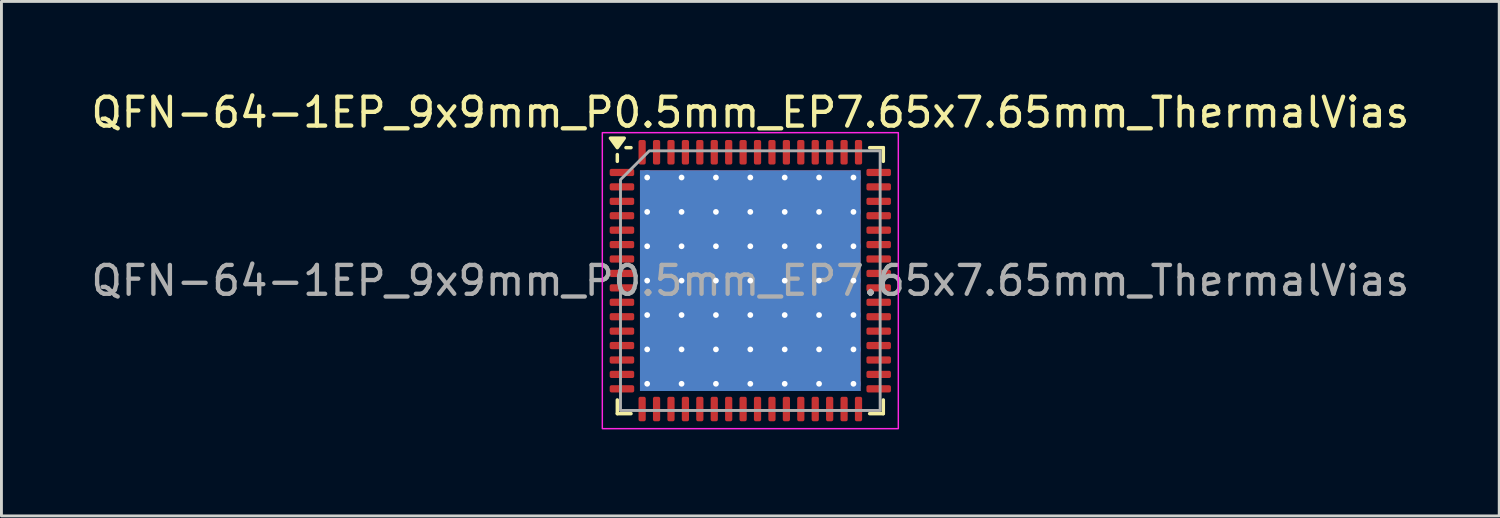
<source format=kicad_pcb>
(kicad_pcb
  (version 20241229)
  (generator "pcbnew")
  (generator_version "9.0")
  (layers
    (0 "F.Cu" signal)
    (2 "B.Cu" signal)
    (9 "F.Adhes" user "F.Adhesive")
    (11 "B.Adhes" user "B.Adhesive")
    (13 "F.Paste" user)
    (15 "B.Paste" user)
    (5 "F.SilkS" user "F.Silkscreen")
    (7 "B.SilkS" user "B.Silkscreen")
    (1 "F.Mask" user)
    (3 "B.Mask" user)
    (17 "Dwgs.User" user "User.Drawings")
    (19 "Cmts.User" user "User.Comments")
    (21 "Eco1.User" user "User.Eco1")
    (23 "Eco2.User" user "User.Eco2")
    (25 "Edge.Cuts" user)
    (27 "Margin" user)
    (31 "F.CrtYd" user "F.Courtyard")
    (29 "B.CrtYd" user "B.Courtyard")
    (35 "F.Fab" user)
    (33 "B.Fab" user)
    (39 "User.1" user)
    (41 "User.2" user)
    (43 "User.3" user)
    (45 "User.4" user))
  (footprint "QFN-64-1EP_9x9mm_P0.5mm_EP7.65x7.65mm_ThermalVias"
    (layer "F.Cu")
    (at 22.958 6.678)
    (property "Reference" "QFN-64-1EP_9x9mm_P0.5mm_EP7.65x7.65mm_ThermalVias" (at 0 -5.83 0) (layer "F.SilkS") (effects (font (size 1 1) (thickness 0.15))))
    (attr smd)
    (fp_line (start -4.61 -4.135) (end -4.61 -4.37) (stroke (width 0.12) (type solid)) (layer "F.SilkS"))
    (fp_line (start -4.61 4.61) (end -4.61 4.135) (stroke (width 0.12) (type solid)) (layer "F.SilkS"))
    (fp_line (start -4.135 -4.61) (end -4.31 -4.61) (stroke (width 0.12) (type solid)) (layer "F.SilkS"))
    (fp_line (start -4.135 4.61) (end -4.61 4.61) (stroke (width 0.12) (type solid)) (layer "F.SilkS"))
    (fp_line (start 4.135 -4.61) (end 4.61 -4.61) (stroke (width 0.12) (type solid)) (layer "F.SilkS"))
    (fp_line (start 4.135 4.61) (end 4.61 4.61) (stroke (width 0.12) (type solid)) (layer "F.SilkS"))
    (fp_line (start 4.61 -4.61) (end 4.61 -4.135) (stroke (width 0.12) (type solid)) (layer "F.SilkS"))
    (fp_line (start 4.61 4.61) (end 4.61 4.135) (stroke (width 0.12) (type solid)) (layer "F.SilkS"))
    (fp_poly (pts (xy -4.61 -4.61) (xy -4.85 -4.94) (xy -4.37 -4.94)) (stroke (width 0.12) (type solid)) (fill yes) (layer "F.SilkS"))
    (fp_rect (start -5.13 -5.13) (end 5.13 5.13) (stroke (width 0.05) (type solid)) (fill no) (layer "F.CrtYd"))
    (fp_poly (pts (xy -4.5 -3.5) (xy -4.5 4.5) (xy 4.5 4.5) (xy 4.5 -4.5) (xy -3.5 -4.5)) (stroke (width 0.1) (type solid)) (fill no) (layer "F.Fab"))
    (fp_text user "${REFERENCE}" (at 0 0 0) (layer "F.Fab") (effects (font (size 1 1) (thickness 0.15))))
    (pad "" smd roundrect (at -2.979 -2.979) (size 1.028 1.028) (layers "F.Paste") (roundrect_rratio 0.243))
    (pad "" smd roundrect (at -2.979 -1.788) (size 1.028 1.028) (layers "F.Paste") (roundrect_rratio 0.243))
    (pad "" smd roundrect (at -2.979 -0.596) (size 1.028 1.028) (layers "F.Paste") (roundrect_rratio 0.243))
    (pad "" smd roundrect (at -2.979 0.596) (size 1.028 1.028) (layers "F.Paste") (roundrect_rratio 0.243))
    (pad "" smd roundrect (at -2.979 1.788) (size 1.028 1.028) (layers "F.Paste") (roundrect_rratio 0.243))
    (pad "" smd roundrect (at -2.979 2.979) (size 1.028 1.028) (layers "F.Paste") (roundrect_rratio 0.243))
    (pad "" smd roundrect (at -1.788 -2.979) (size 1.028 1.028) (layers "F.Paste") (roundrect_rratio 0.243))
    (pad "" smd roundrect (at -1.788 -1.788) (size 1.028 1.028) (layers "F.Paste") (roundrect_rratio 0.243))
    (pad "" smd roundrect (at -1.788 -0.596) (size 1.028 1.028) (layers "F.Paste") (roundrect_rratio 0.243))
    (pad "" smd roundrect (at -1.788 0.596) (size 1.028 1.028) (layers "F.Paste") (roundrect_rratio 0.243))
    (pad "" smd roundrect (at -1.788 1.788) (size 1.028 1.028) (layers "F.Paste") (roundrect_rratio 0.243))
    (pad "" smd roundrect (at -1.788 2.979) (size 1.028 1.028) (layers "F.Paste") (roundrect_rratio 0.243))
    (pad "" smd roundrect (at -0.596 -2.979) (size 1.028 1.028) (layers "F.Paste") (roundrect_rratio 0.243))
    (pad "" smd roundrect (at -0.596 -1.788) (size 1.028 1.028) (layers "F.Paste") (roundrect_rratio 0.243))
    (pad "" smd roundrect (at -0.596 -0.596) (size 1.028 1.028) (layers "F.Paste") (roundrect_rratio 0.243))
    (pad "" smd roundrect (at -0.596 0.596) (size 1.028 1.028) (layers "F.Paste") (roundrect_rratio 0.243))
    (pad "" smd roundrect (at -0.596 1.788) (size 1.028 1.028) (layers "F.Paste") (roundrect_rratio 0.243))
    (pad "" smd roundrect (at -0.596 2.979) (size 1.028 1.028) (layers "F.Paste") (roundrect_rratio 0.243))
    (pad "" smd roundrect (at 0.596 -2.979) (size 1.028 1.028) (layers "F.Paste") (roundrect_rratio 0.243))
    (pad "" smd roundrect (at 0.596 -1.788) (size 1.028 1.028) (layers "F.Paste") (roundrect_rratio 0.243))
    (pad "" smd roundrect (at 0.596 -0.596) (size 1.028 1.028) (layers "F.Paste") (roundrect_rratio 0.243))
    (pad "" smd roundrect (at 0.596 0.596) (size 1.028 1.028) (layers "F.Paste") (roundrect_rratio 0.243))
    (pad "" smd roundrect (at 0.596 1.788) (size 1.028 1.028) (layers "F.Paste") (roundrect_rratio 0.243))
    (pad "" smd roundrect (at 0.596 2.979) (size 1.028 1.028) (layers "F.Paste") (roundrect_rratio 0.243))
    (pad "" smd roundrect (at 1.788 -2.979) (size 1.028 1.028) (layers "F.Paste") (roundrect_rratio 0.243))
    (pad "" smd roundrect (at 1.788 -1.788) (size 1.028 1.028) (layers "F.Paste") (roundrect_rratio 0.243))
    (pad "" smd roundrect (at 1.788 -0.596) (size 1.028 1.028) (layers "F.Paste") (roundrect_rratio 0.243))
    (pad "" smd roundrect (at 1.788 0.596) (size 1.028 1.028) (layers "F.Paste") (roundrect_rratio 0.243))
    (pad "" smd roundrect (at 1.788 1.788) (size 1.028 1.028) (layers "F.Paste") (roundrect_rratio 0.243))
    (pad "" smd roundrect (at 1.788 2.979) (size 1.028 1.028) (layers "F.Paste") (roundrect_rratio 0.243))
    (pad "" smd roundrect (at 2.979 -2.979) (size 1.028 1.028) (layers "F.Paste") (roundrect_rratio 0.243))
    (pad "" smd roundrect (at 2.979 -1.788) (size 1.028 1.028) (layers "F.Paste") (roundrect_rratio 0.243))
    (pad "" smd roundrect (at 2.979 -0.596) (size 1.028 1.028) (layers "F.Paste") (roundrect_rratio 0.243))
    (pad "" smd roundrect (at 2.979 0.596) (size 1.028 1.028) (layers "F.Paste") (roundrect_rratio 0.243))
    (pad "" smd roundrect (at 2.979 1.788) (size 1.028 1.028) (layers "F.Paste") (roundrect_rratio 0.243))
    (pad "" smd roundrect (at 2.979 2.979) (size 1.028 1.028) (layers "F.Paste") (roundrect_rratio 0.243))
    (pad "1" smd roundrect (at -4.45 -3.75) (size 0.85 0.25) (layers "F.Cu" "F.Mask" "F.Paste") (roundrect_rratio 0.25))
    (pad "2" smd roundrect (at -4.45 -3.25) (size 0.85 0.25) (layers "F.Cu" "F.Mask" "F.Paste") (roundrect_rratio 0.25))
    (pad "3" smd roundrect (at -4.45 -2.75) (size 0.85 0.25) (layers "F.Cu" "F.Mask" "F.Paste") (roundrect_rratio 0.25))
    (pad "4" smd roundrect (at -4.45 -2.25) (size 0.85 0.25) (layers "F.Cu" "F.Mask" "F.Paste") (roundrect_rratio 0.25))
    (pad "5" smd roundrect (at -4.45 -1.75) (size 0.85 0.25) (layers "F.Cu" "F.Mask" "F.Paste") (roundrect_rratio 0.25))
    (pad "6" smd roundrect (at -4.45 -1.25) (size 0.85 0.25) (layers "F.Cu" "F.Mask" "F.Paste") (roundrect_rratio 0.25))
    (pad "7" smd roundrect (at -4.45 -0.75) (size 0.85 0.25) (layers "F.Cu" "F.Mask" "F.Paste") (roundrect_rratio 0.25))
    (pad "8" smd roundrect (at -4.45 -0.25) (size 0.85 0.25) (layers "F.Cu" "F.Mask" "F.Paste") (roundrect_rratio 0.25))
    (pad "9" smd roundrect (at -4.45 0.25) (size 0.85 0.25) (layers "F.Cu" "F.Mask" "F.Paste") (roundrect_rratio 0.25))
    (pad "10" smd roundrect (at -4.45 0.75) (size 0.85 0.25) (layers "F.Cu" "F.Mask" "F.Paste") (roundrect_rratio 0.25))
    (pad "11" smd roundrect (at -4.45 1.25) (size 0.85 0.25) (layers "F.Cu" "F.Mask" "F.Paste") (roundrect_rratio 0.25))
    (pad "12" smd roundrect (at -4.45 1.75) (size 0.85 0.25) (layers "F.Cu" "F.Mask" "F.Paste") (roundrect_rratio 0.25))
    (pad "13" smd roundrect (at -4.45 2.25) (size 0.85 0.25) (layers "F.Cu" "F.Mask" "F.Paste") (roundrect_rratio 0.25))
    (pad "14" smd roundrect (at -4.45 2.75) (size 0.85 0.25) (layers "F.Cu" "F.Mask" "F.Paste") (roundrect_rratio 0.25))
    (pad "15" smd roundrect (at -4.45 3.25) (size 0.85 0.25) (layers "F.Cu" "F.Mask" "F.Paste") (roundrect_rratio 0.25))
    (pad "16" smd roundrect (at -4.45 3.75) (size 0.85 0.25) (layers "F.Cu" "F.Mask" "F.Paste") (roundrect_rratio 0.25))
    (pad "17" smd roundrect (at -3.75 4.45) (size 0.25 0.85) (layers "F.Cu" "F.Mask" "F.Paste") (roundrect_rratio 0.25))
    (pad "18" smd roundrect (at -3.25 4.45) (size 0.25 0.85) (layers "F.Cu" "F.Mask" "F.Paste") (roundrect_rratio 0.25))
    (pad "19" smd roundrect (at -2.75 4.45) (size 0.25 0.85) (layers "F.Cu" "F.Mask" "F.Paste") (roundrect_rratio 0.25))
    (pad "20" smd roundrect (at -2.25 4.45) (size 0.25 0.85) (layers "F.Cu" "F.Mask" "F.Paste") (roundrect_rratio 0.25))
    (pad "21" smd roundrect (at -1.75 4.45) (size 0.25 0.85) (layers "F.Cu" "F.Mask" "F.Paste") (roundrect_rratio 0.25))
    (pad "22" smd roundrect (at -1.25 4.45) (size 0.25 0.85) (layers "F.Cu" "F.Mask" "F.Paste") (roundrect_rratio 0.25))
    (pad "23" smd roundrect (at -0.75 4.45) (size 0.25 0.85) (layers "F.Cu" "F.Mask" "F.Paste") (roundrect_rratio 0.25))
    (pad "24" smd roundrect (at -0.25 4.45) (size 0.25 0.85) (layers "F.Cu" "F.Mask" "F.Paste") (roundrect_rratio 0.25))
    (pad "25" smd roundrect (at 0.25 4.45) (size 0.25 0.85) (layers "F.Cu" "F.Mask" "F.Paste") (roundrect_rratio 0.25))
    (pad "26" smd roundrect (at 0.75 4.45) (size 0.25 0.85) (layers "F.Cu" "F.Mask" "F.Paste") (roundrect_rratio 0.25))
    (pad "27" smd roundrect (at 1.25 4.45) (size 0.25 0.85) (layers "F.Cu" "F.Mask" "F.Paste") (roundrect_rratio 0.25))
    (pad "28" smd roundrect (at 1.75 4.45) (size 0.25 0.85) (layers "F.Cu" "F.Mask" "F.Paste") (roundrect_rratio 0.25))
    (pad "29" smd roundrect (at 2.25 4.45) (size 0.25 0.85) (layers "F.Cu" "F.Mask" "F.Paste") (roundrect_rratio 0.25))
    (pad "30" smd roundrect (at 2.75 4.45) (size 0.25 0.85) (layers "F.Cu" "F.Mask" "F.Paste") (roundrect_rratio 0.25))
    (pad "31" smd roundrect (at 3.25 4.45) (size 0.25 0.85) (layers "F.Cu" "F.Mask" "F.Paste") (roundrect_rratio 0.25))
    (pad "32" smd roundrect (at 3.75 4.45) (size 0.25 0.85) (layers "F.Cu" "F.Mask" "F.Paste") (roundrect_rratio 0.25))
    (pad "33" smd roundrect (at 4.45 3.75) (size 0.85 0.25) (layers "F.Cu" "F.Mask" "F.Paste") (roundrect_rratio 0.25))
    (pad "34" smd roundrect (at 4.45 3.25) (size 0.85 0.25) (layers "F.Cu" "F.Mask" "F.Paste") (roundrect_rratio 0.25))
    (pad "35" smd roundrect (at 4.45 2.75) (size 0.85 0.25) (layers "F.Cu" "F.Mask" "F.Paste") (roundrect_rratio 0.25))
    (pad "36" smd roundrect (at 4.45 2.25) (size 0.85 0.25) (layers "F.Cu" "F.Mask" "F.Paste") (roundrect_rratio 0.25))
    (pad "37" smd roundrect (at 4.45 1.75) (size 0.85 0.25) (layers "F.Cu" "F.Mask" "F.Paste") (roundrect_rratio 0.25))
    (pad "38" smd roundrect (at 4.45 1.25) (size 0.85 0.25) (layers "F.Cu" "F.Mask" "F.Paste") (roundrect_rratio 0.25))
    (pad "39" smd roundrect (at 4.45 0.75) (size 0.85 0.25) (layers "F.Cu" "F.Mask" "F.Paste") (roundrect_rratio 0.25))
    (pad "40" smd roundrect (at 4.45 0.25) (size 0.85 0.25) (layers "F.Cu" "F.Mask" "F.Paste") (roundrect_rratio 0.25))
    (pad "41" smd roundrect (at 4.45 -0.25) (size 0.85 0.25) (layers "F.Cu" "F.Mask" "F.Paste") (roundrect_rratio 0.25))
    (pad "42" smd roundrect (at 4.45 -0.75) (size 0.85 0.25) (layers "F.Cu" "F.Mask" "F.Paste") (roundrect_rratio 0.25))
    (pad "43" smd roundrect (at 4.45 -1.25) (size 0.85 0.25) (layers "F.Cu" "F.Mask" "F.Paste") (roundrect_rratio 0.25))
    (pad "44" smd roundrect (at 4.45 -1.75) (size 0.85 0.25) (layers "F.Cu" "F.Mask" "F.Paste") (roundrect_rratio 0.25))
    (pad "45" smd roundrect (at 4.45 -2.25) (size 0.85 0.25) (layers "F.Cu" "F.Mask" "F.Paste") (roundrect_rratio 0.25))
    (pad "46" smd roundrect (at 4.45 -2.75) (size 0.85 0.25) (layers "F.Cu" "F.Mask" "F.Paste") (roundrect_rratio 0.25))
    (pad "47" smd roundrect (at 4.45 -3.25) (size 0.85 0.25) (layers "F.Cu" "F.Mask" "F.Paste") (roundrect_rratio 0.25))
    (pad "48" smd roundrect (at 4.45 -3.75) (size 0.85 0.25) (layers "F.Cu" "F.Mask" "F.Paste") (roundrect_rratio 0.25))
    (pad "49" smd roundrect (at 3.75 -4.45) (size 0.25 0.85) (layers "F.Cu" "F.Mask" "F.Paste") (roundrect_rratio 0.25))
    (pad "50" smd roundrect (at 3.25 -4.45) (size 0.25 0.85) (layers "F.Cu" "F.Mask" "F.Paste") (roundrect_rratio 0.25))
    (pad "51" smd roundrect (at 2.75 -4.45) (size 0.25 0.85) (layers "F.Cu" "F.Mask" "F.Paste") (roundrect_rratio 0.25))
    (pad "52" smd roundrect (at 2.25 -4.45) (size 0.25 0.85) (layers "F.Cu" "F.Mask" "F.Paste") (roundrect_rratio 0.25))
    (pad "53" smd roundrect (at 1.75 -4.45) (size 0.25 0.85) (layers "F.Cu" "F.Mask" "F.Paste") (roundrect_rratio 0.25))
    (pad "54" smd roundrect (at 1.25 -4.45) (size 0.25 0.85) (layers "F.Cu" "F.Mask" "F.Paste") (roundrect_rratio 0.25))
    (pad "55" smd roundrect (at 0.75 -4.45) (size 0.25 0.85) (layers "F.Cu" "F.Mask" "F.Paste") (roundrect_rratio 0.25))
    (pad "56" smd roundrect (at 0.25 -4.45) (size 0.25 0.85) (layers "F.Cu" "F.Mask" "F.Paste") (roundrect_rratio 0.25))
    (pad "57" smd roundrect (at -0.25 -4.45) (size 0.25 0.85) (layers "F.Cu" "F.Mask" "F.Paste") (roundrect_rratio 0.25))
    (pad "58" smd roundrect (at -0.75 -4.45) (size 0.25 0.85) (layers "F.Cu" "F.Mask" "F.Paste") (roundrect_rratio 0.25))
    (pad "59" smd roundrect (at -1.25 -4.45) (size 0.25 0.85) (layers "F.Cu" "F.Mask" "F.Paste") (roundrect_rratio 0.25))
    (pad "60" smd roundrect (at -1.75 -4.45) (size 0.25 0.85) (layers "F.Cu" "F.Mask" "F.Paste") (roundrect_rratio 0.25))
    (pad "61" smd roundrect (at -2.25 -4.45) (size 0.25 0.85) (layers "F.Cu" "F.Mask" "F.Paste") (roundrect_rratio 0.25))
    (pad "62" smd roundrect (at -2.75 -4.45) (size 0.25 0.85) (layers "F.Cu" "F.Mask" "F.Paste") (roundrect_rratio 0.25))
    (pad "63" smd roundrect (at -3.25 -4.45) (size 0.25 0.85) (layers "F.Cu" "F.Mask" "F.Paste") (roundrect_rratio 0.25))
    (pad "64" smd roundrect (at -3.75 -4.45) (size 0.25 0.85) (layers "F.Cu" "F.Mask" "F.Paste") (roundrect_rratio 0.25))
    (pad "65" thru_hole circle (at -3.575 -3.575) (size 0.5 0.5) (drill 0.2) (property pad_prop_heatsink) (layers "*.Cu"))
    (pad "65" thru_hole circle (at -3.575 -2.383) (size 0.5 0.5) (drill 0.2) (property pad_prop_heatsink) (layers "*.Cu"))
    (pad "65" thru_hole circle (at -3.575 -1.192) (size 0.5 0.5) (drill 0.2) (property pad_prop_heatsink) (layers "*.Cu"))
    (pad "65" thru_hole circle (at -3.575 0) (size 0.5 0.5) (drill 0.2) (property pad_prop_heatsink) (layers "*.Cu"))
    (pad "65" thru_hole circle (at -3.575 1.192) (size 0.5 0.5) (drill 0.2) (property pad_prop_heatsink) (layers "*.Cu"))
    (pad "65" thru_hole circle (at -3.575 2.383) (size 0.5 0.5) (drill 0.2) (property pad_prop_heatsink) (layers "*.Cu"))
    (pad "65" thru_hole circle (at -3.575 3.575) (size 0.5 0.5) (drill 0.2) (property pad_prop_heatsink) (layers "*.Cu"))
    (pad "65" thru_hole circle (at -2.383 -3.575) (size 0.5 0.5) (drill 0.2) (property pad_prop_heatsink) (layers "*.Cu"))
    (pad "65" thru_hole circle (at -2.383 -2.383) (size 0.5 0.5) (drill 0.2) (property pad_prop_heatsink) (layers "*.Cu"))
    (pad "65" thru_hole circle (at -2.383 -1.192) (size 0.5 0.5) (drill 0.2) (property pad_prop_heatsink) (layers "*.Cu"))
    (pad "65" thru_hole circle (at -2.383 0) (size 0.5 0.5) (drill 0.2) (property pad_prop_heatsink) (layers "*.Cu"))
    (pad "65" thru_hole circle (at -2.383 1.192) (size 0.5 0.5) (drill 0.2) (property pad_prop_heatsink) (layers "*.Cu"))
    (pad "65" thru_hole circle (at -2.383 2.383) (size 0.5 0.5) (drill 0.2) (property pad_prop_heatsink) (layers "*.Cu"))
    (pad "65" thru_hole circle (at -2.383 3.575) (size 0.5 0.5) (drill 0.2) (property pad_prop_heatsink) (layers "*.Cu"))
    (pad "65" thru_hole circle (at -1.192 -3.575) (size 0.5 0.5) (drill 0.2) (property pad_prop_heatsink) (layers "*.Cu"))
    (pad "65" thru_hole circle (at -1.192 -2.383) (size 0.5 0.5) (drill 0.2) (property pad_prop_heatsink) (layers "*.Cu"))
    (pad "65" thru_hole circle (at -1.192 -1.192) (size 0.5 0.5) (drill 0.2) (property pad_prop_heatsink) (layers "*.Cu"))
    (pad "65" thru_hole circle (at -1.192 0) (size 0.5 0.5) (drill 0.2) (property pad_prop_heatsink) (layers "*.Cu"))
    (pad "65" thru_hole circle (at -1.192 1.192) (size 0.5 0.5) (drill 0.2) (property pad_prop_heatsink) (layers "*.Cu"))
    (pad "65" thru_hole circle (at -1.192 2.383) (size 0.5 0.5) (drill 0.2) (property pad_prop_heatsink) (layers "*.Cu"))
    (pad "65" thru_hole circle (at -1.192 3.575) (size 0.5 0.5) (drill 0.2) (property pad_prop_heatsink) (layers "*.Cu"))
    (pad "65" thru_hole circle (at 0 -3.575) (size 0.5 0.5) (drill 0.2) (property pad_prop_heatsink) (layers "*.Cu"))
    (pad "65" thru_hole circle (at 0 -2.383) (size 0.5 0.5) (drill 0.2) (property pad_prop_heatsink) (layers "*.Cu"))
    (pad "65" thru_hole circle (at 0 -1.192) (size 0.5 0.5) (drill 0.2) (property pad_prop_heatsink) (layers "*.Cu"))
    (pad "65" thru_hole circle (at 0 0) (size 0.5 0.5) (drill 0.2) (property pad_prop_heatsink) (layers "*.Cu"))
    (pad "65" smd rect (at 0 0) (size 7.65 7.65) (property pad_prop_heatsink) (layers "F.Cu" "F.Mask"))
    (pad "65" smd rect (at 0 0) (size 7.65 7.65) (property pad_prop_heatsink) (layers "B.Cu"))
    (pad "65" thru_hole circle (at 0 1.192) (size 0.5 0.5) (drill 0.2) (property pad_prop_heatsink) (layers "*.Cu"))
    (pad "65" thru_hole circle (at 0 2.383) (size 0.5 0.5) (drill 0.2) (property pad_prop_heatsink) (layers "*.Cu"))
    (pad "65" thru_hole circle (at 0 3.575) (size 0.5 0.5) (drill 0.2) (property pad_prop_heatsink) (layers "*.Cu"))
    (pad "65" thru_hole circle (at 1.192 -3.575) (size 0.5 0.5) (drill 0.2) (property pad_prop_heatsink) (layers "*.Cu"))
    (pad "65" thru_hole circle (at 1.192 -2.383) (size 0.5 0.5) (drill 0.2) (property pad_prop_heatsink) (layers "*.Cu"))
    (pad "65" thru_hole circle (at 1.192 -1.192) (size 0.5 0.5) (drill 0.2) (property pad_prop_heatsink) (layers "*.Cu"))
    (pad "65" thru_hole circle (at 1.192 0) (size 0.5 0.5) (drill 0.2) (property pad_prop_heatsink) (layers "*.Cu"))
    (pad "65" thru_hole circle (at 1.192 1.192) (size 0.5 0.5) (drill 0.2) (property pad_prop_heatsink) (layers "*.Cu"))
    (pad "65" thru_hole circle (at 1.192 2.383) (size 0.5 0.5) (drill 0.2) (property pad_prop_heatsink) (layers "*.Cu"))
    (pad "65" thru_hole circle (at 1.192 3.575) (size 0.5 0.5) (drill 0.2) (property pad_prop_heatsink) (layers "*.Cu"))
    (pad "65" thru_hole circle (at 2.383 -3.575) (size 0.5 0.5) (drill 0.2) (property pad_prop_heatsink) (layers "*.Cu"))
    (pad "65" thru_hole circle (at 2.383 -2.383) (size 0.5 0.5) (drill 0.2) (property pad_prop_heatsink) (layers "*.Cu"))
    (pad "65" thru_hole circle (at 2.383 -1.192) (size 0.5 0.5) (drill 0.2) (property pad_prop_heatsink) (layers "*.Cu"))
    (pad "65" thru_hole circle (at 2.383 0) (size 0.5 0.5) (drill 0.2) (property pad_prop_heatsink) (layers "*.Cu"))
    (pad "65" thru_hole circle (at 2.383 1.192) (size 0.5 0.5) (drill 0.2) (property pad_prop_heatsink) (layers "*.Cu"))
    (pad "65" thru_hole circle (at 2.383 2.383) (size 0.5 0.5) (drill 0.2) (property pad_prop_heatsink) (layers "*.Cu"))
    (pad "65" thru_hole circle (at 2.383 3.575) (size 0.5 0.5) (drill 0.2) (property pad_prop_heatsink) (layers "*.Cu"))
    (pad "65" thru_hole circle (at 3.575 -3.575) (size 0.5 0.5) (drill 0.2) (property pad_prop_heatsink) (layers "*.Cu"))
    (pad "65" thru_hole circle (at 3.575 -2.383) (size 0.5 0.5) (drill 0.2) (property pad_prop_heatsink) (layers "*.Cu"))
    (pad "65" thru_hole circle (at 3.575 -1.192) (size 0.5 0.5) (drill 0.2) (property pad_prop_heatsink) (layers "*.Cu"))
    (pad "65" thru_hole circle (at 3.575 0) (size 0.5 0.5) (drill 0.2) (property pad_prop_heatsink) (layers "*.Cu"))
    (pad "65" thru_hole circle (at 3.575 1.192) (size 0.5 0.5) (drill 0.2) (property pad_prop_heatsink) (layers "*.Cu"))
    (pad "65" thru_hole circle (at 3.575 2.383) (size 0.5 0.5) (drill 0.2) (property pad_prop_heatsink) (layers "*.Cu"))
    (pad "65" thru_hole circle (at 3.575 3.575) (size 0.5 0.5) (drill 0.2) (property pad_prop_heatsink) (layers "*.Cu")))
  (gr_rect
    (start -3 -3)
    (end 48.917 14.833)
    (stroke (width 0.1) (type default))
    (fill no)
    (layer "Edge.Cuts")))
</source>
